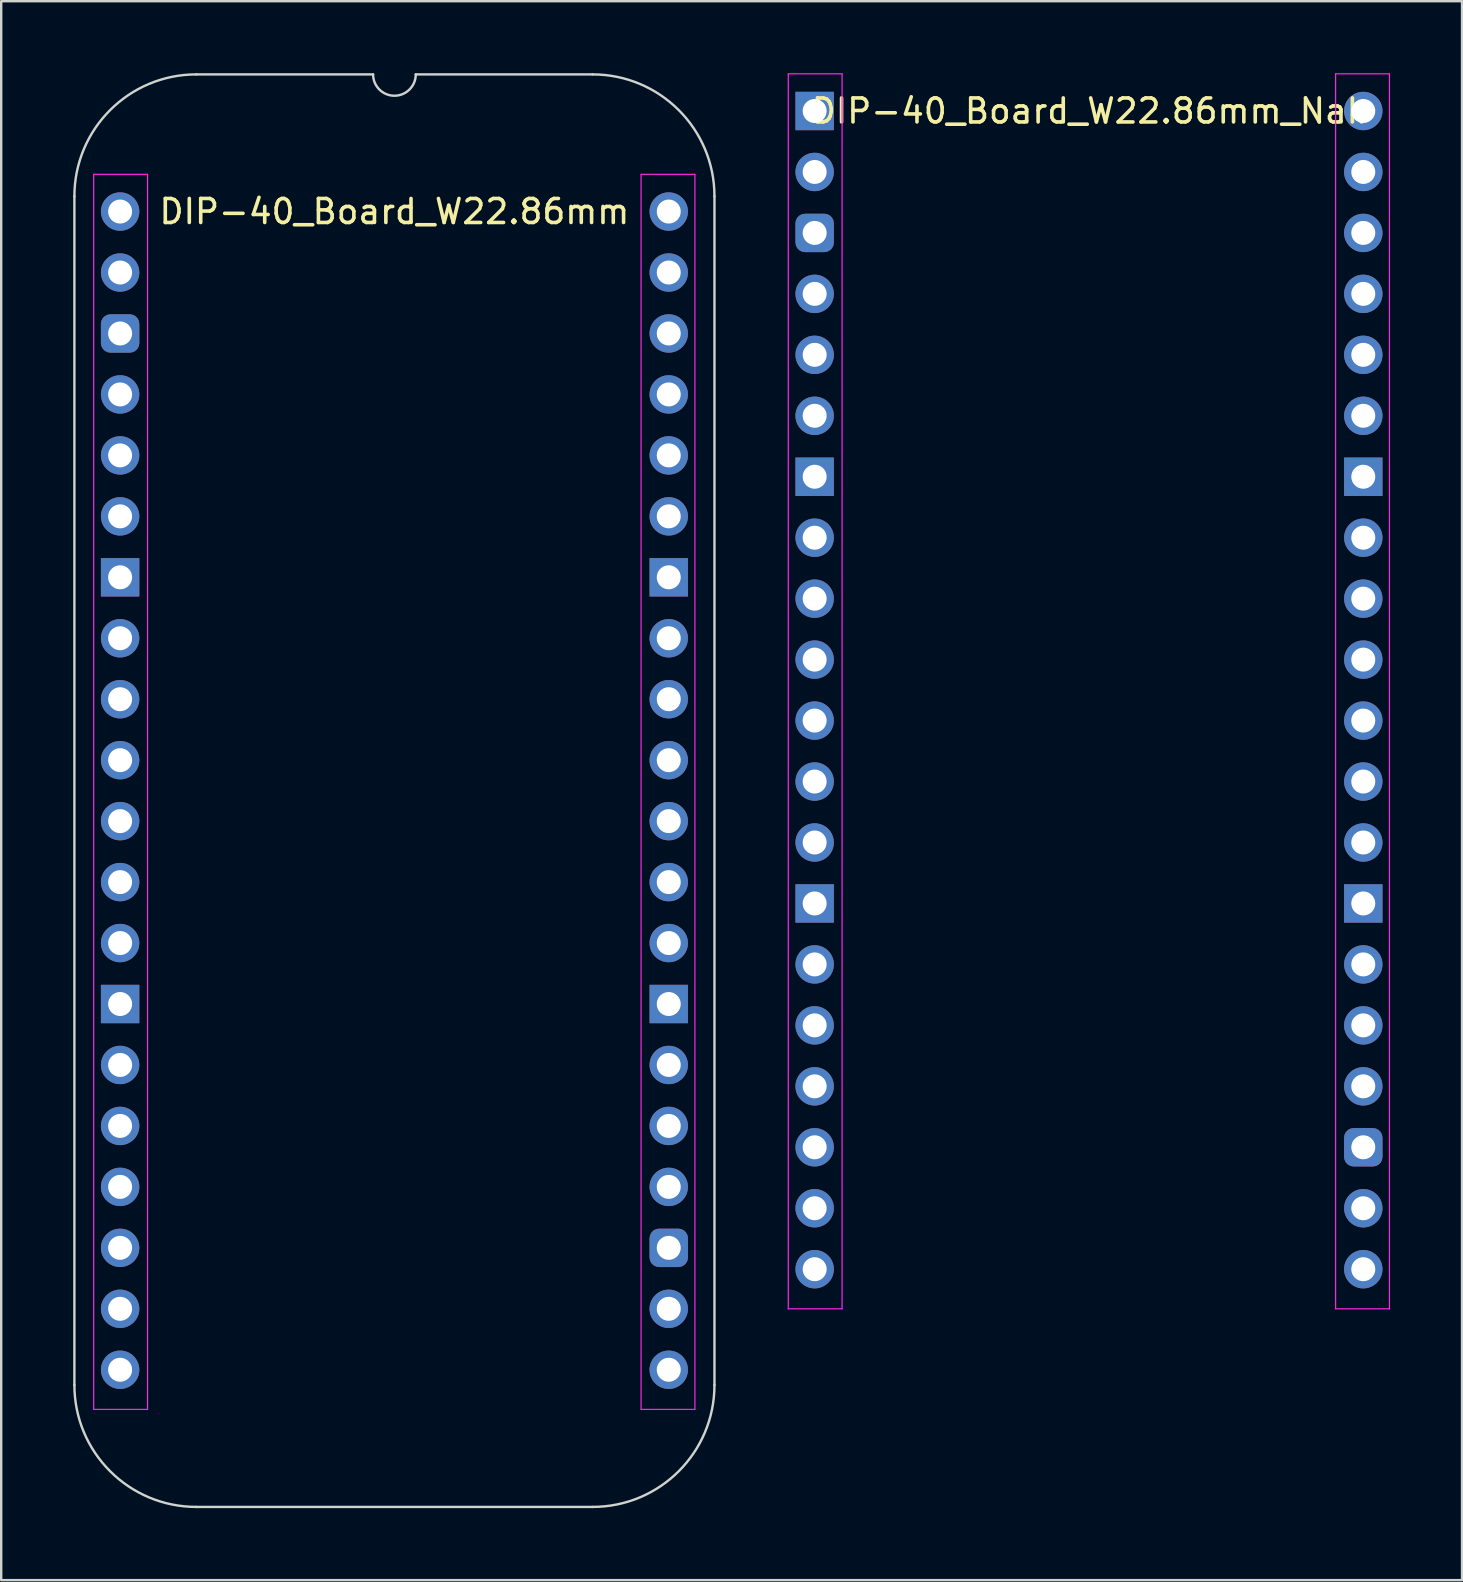
<source format=kicad_pcb>
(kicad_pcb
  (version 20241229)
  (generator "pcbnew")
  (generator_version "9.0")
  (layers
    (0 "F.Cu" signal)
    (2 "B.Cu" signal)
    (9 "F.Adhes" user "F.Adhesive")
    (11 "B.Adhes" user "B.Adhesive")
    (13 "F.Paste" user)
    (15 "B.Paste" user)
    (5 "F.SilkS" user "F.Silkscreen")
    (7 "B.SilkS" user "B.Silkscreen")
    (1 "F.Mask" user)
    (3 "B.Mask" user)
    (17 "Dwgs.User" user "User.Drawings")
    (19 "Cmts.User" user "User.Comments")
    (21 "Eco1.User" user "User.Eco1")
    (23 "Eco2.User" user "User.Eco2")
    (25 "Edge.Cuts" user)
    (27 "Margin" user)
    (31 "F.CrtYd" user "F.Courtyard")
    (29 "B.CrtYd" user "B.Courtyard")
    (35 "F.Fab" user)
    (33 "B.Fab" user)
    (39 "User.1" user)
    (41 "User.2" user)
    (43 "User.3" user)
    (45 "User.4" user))
  (footprint "DIP-40_Board_W22.86mm_Nak"
    (layer "F.Cu")
    (at 30.895 1.575)
    (property "Reference" "DIP-40_Board_W22.86mm_Nak" (at 11.43 0 0) (layer "F.SilkS") (effects (font (size 1 1) (thickness 0.15))))
    (attr through_hole)
    (fp_line (start -1.1 -1.55) (end -1.1 49.911) (stroke (width 0.05) (type solid)) (layer "F.CrtYd"))
    (fp_line (start -1.1 49.911) (end 1.143 49.911) (stroke (width 0.05) (type solid)) (layer "F.CrtYd"))
    (fp_line (start 1.143 -1.55) (end -1.1 -1.55) (stroke (width 0.05) (type solid)) (layer "F.CrtYd"))
    (fp_line (start 1.143 49.911) (end 1.143 -1.55) (stroke (width 0.05) (type solid)) (layer "F.CrtYd"))
    (fp_line (start 21.707 -1.55) (end 21.707 49.911) (stroke (width 0.05) (type solid)) (layer "F.CrtYd"))
    (fp_line (start 21.707 49.911) (end 23.95 49.911) (stroke (width 0.05) (type solid)) (layer "F.CrtYd"))
    (fp_line (start 23.95 -1.55) (end 21.707 -1.55) (stroke (width 0.05) (type solid)) (layer "F.CrtYd"))
    (fp_line (start 23.95 49.911) (end 23.95 -1.55) (stroke (width 0.05) (type solid)) (layer "F.CrtYd"))
    (pad "1" thru_hole rect (at 0 0) (size 1.6 1.6) (drill 1) (layers "*.Cu" "*.Mask"))
    (pad "2" thru_hole oval (at 0 2.54) (size 1.6 1.6) (drill 1) (layers "*.Cu" "*.Mask"))
    (pad "3" thru_hole roundrect (at 0 5.08) (size 1.6 1.6) (drill 1) (layers "*.Cu" "*.Mask") (roundrect_rratio 0.25))
    (pad "4" thru_hole oval (at 0 7.62) (size 1.6 1.6) (drill 1) (layers "*.Cu" "*.Mask"))
    (pad "5" thru_hole oval (at 0 10.16) (size 1.6 1.6) (drill 1) (layers "*.Cu" "*.Mask"))
    (pad "6" thru_hole oval (at 0 12.7) (size 1.6 1.6) (drill 1) (layers "*.Cu" "*.Mask"))
    (pad "7" thru_hole rect (at 0 15.24) (size 1.6 1.6) (drill 1) (layers "*.Cu" "*.Mask"))
    (pad "8" thru_hole oval (at 0 17.78) (size 1.6 1.6) (drill 1) (layers "*.Cu" "*.Mask"))
    (pad "9" thru_hole oval (at 0 20.32) (size 1.6 1.6) (drill 1) (layers "*.Cu" "*.Mask"))
    (pad "10" thru_hole oval (at 0 22.86) (size 1.6 1.6) (drill 1) (layers "*.Cu" "*.Mask"))
    (pad "11" thru_hole oval (at 0 25.4) (size 1.6 1.6) (drill 1) (layers "*.Cu" "*.Mask"))
    (pad "12" thru_hole oval (at 0 27.94) (size 1.6 1.6) (drill 1) (layers "*.Cu" "*.Mask"))
    (pad "13" thru_hole oval (at 0 30.48) (size 1.6 1.6) (drill 1) (layers "*.Cu" "*.Mask"))
    (pad "14" thru_hole rect (at 0 33.02) (size 1.6 1.6) (drill 1) (layers "*.Cu" "*.Mask"))
    (pad "15" thru_hole oval (at 0 35.56) (size 1.6 1.6) (drill 1) (layers "*.Cu" "*.Mask"))
    (pad "16" thru_hole oval (at 0 38.1) (size 1.6 1.6) (drill 1) (layers "*.Cu" "*.Mask"))
    (pad "17" thru_hole oval (at 0 40.64) (size 1.6 1.6) (drill 1) (layers "*.Cu" "*.Mask"))
    (pad "18" thru_hole oval (at 0 43.18) (size 1.6 1.6) (drill 1) (layers "*.Cu" "*.Mask"))
    (pad "19" thru_hole oval (at 0 45.72) (size 1.6 1.6) (drill 1) (layers "*.Cu" "*.Mask"))
    (pad "20" thru_hole oval (at 0 48.26) (size 1.6 1.6) (drill 1) (layers "*.Cu" "*.Mask"))
    (pad "21" thru_hole oval (at 22.86 48.26) (size 1.6 1.6) (drill 1) (layers "*.Cu" "*.Mask"))
    (pad "22" thru_hole oval (at 22.86 45.72) (size 1.6 1.6) (drill 1) (layers "*.Cu" "*.Mask"))
    (pad "23" thru_hole roundrect (at 22.86 43.18) (size 1.6 1.6) (drill 1) (layers "*.Cu" "*.Mask") (roundrect_rratio 0.25))
    (pad "24" thru_hole oval (at 22.86 40.64) (size 1.6 1.6) (drill 1) (layers "*.Cu" "*.Mask"))
    (pad "25" thru_hole oval (at 22.86 38.1) (size 1.6 1.6) (drill 1) (layers "*.Cu" "*.Mask"))
    (pad "26" thru_hole oval (at 22.86 35.56) (size 1.6 1.6) (drill 1) (layers "*.Cu" "*.Mask"))
    (pad "27" thru_hole rect (at 22.86 33.02) (size 1.6 1.6) (drill 1) (layers "*.Cu" "*.Mask"))
    (pad "28" thru_hole oval (at 22.86 30.48) (size 1.6 1.6) (drill 1) (layers "*.Cu" "*.Mask"))
    (pad "29" thru_hole oval (at 22.86 27.94) (size 1.6 1.6) (drill 1) (layers "*.Cu" "*.Mask"))
    (pad "30" thru_hole oval (at 22.86 25.4) (size 1.6 1.6) (drill 1) (layers "*.Cu" "*.Mask"))
    (pad "31" thru_hole oval (at 22.86 22.86) (size 1.6 1.6) (drill 1) (layers "*.Cu" "*.Mask"))
    (pad "32" thru_hole oval (at 22.86 20.32) (size 1.6 1.6) (drill 1) (layers "*.Cu" "*.Mask"))
    (pad "33" thru_hole oval (at 22.86 17.78) (size 1.6 1.6) (drill 1) (layers "*.Cu" "*.Mask"))
    (pad "34" thru_hole rect (at 22.86 15.24) (size 1.6 1.6) (drill 1) (layers "*.Cu" "*.Mask"))
    (pad "35" thru_hole oval (at 22.86 12.7) (size 1.6 1.6) (drill 1) (layers "*.Cu" "*.Mask"))
    (pad "36" thru_hole oval (at 22.86 10.16) (size 1.6 1.6) (drill 1) (layers "*.Cu" "*.Mask"))
    (pad "37" thru_hole oval (at 22.86 7.62) (size 1.6 1.6) (drill 1) (layers "*.Cu" "*.Mask"))
    (pad "38" thru_hole oval (at 22.86 5.08) (size 1.6 1.6) (drill 1) (layers "*.Cu" "*.Mask"))
    (pad "39" thru_hole oval (at 22.86 2.54) (size 1.6 1.6) (drill 1) (layers "*.Cu" "*.Mask"))
    (pad "40" thru_hole oval (at 22.86 0) (size 1.6 1.6) (drill 1) (layers "*.Cu" "*.Mask")))
  (footprint "DIP-40_Board_W22.86mm"
    (layer "F.Cu")
    (at 1.955 5.765)
    (property "Reference" "DIP-40_Board_W22.86mm" (at 11.43 0 0) (layer "F.SilkS") (effects (font (size 1 1) (thickness 0.15))))
    (attr through_hole)
    (fp_line (start -1.905 -0.635) (end -1.905 48.895) (stroke (width 0.1) (type solid)) (layer "Edge.Cuts"))
    (fp_line (start 10.541 -5.715) (end 3.175 -5.715) (stroke (width 0.1) (type solid)) (layer "Edge.Cuts"))
    (fp_line (start 19.685 -5.715) (end 12.319 -5.715) (stroke (width 0.1) (type solid)) (layer "Edge.Cuts"))
    (fp_line (start 19.685 53.975) (end 3.175 53.975) (stroke (width 0.1) (type solid)) (layer "Edge.Cuts"))
    (fp_line (start 24.765 48.895) (end 24.765 -0.635) (stroke (width 0.1) (type solid)) (layer "Edge.Cuts"))
    (fp_arc (start -1.905 -0.635) (mid -0.417102 -4.227102) (end 3.175 -5.715) (stroke (width 0.1) (type solid)) (layer "Edge.Cuts"))
    (fp_arc (start 3.175 53.975) (mid -0.417102 52.487102) (end -1.905 48.895) (stroke (width 0.1) (type solid)) (layer "Edge.Cuts"))
    (fp_arc (start 12.319 -5.715) (mid 11.43 -4.826) (end 10.541 -5.715) (stroke (width 0.1) (type default)) (layer "Edge.Cuts"))
    (fp_arc (start 19.685 -5.715) (mid 23.277102 -4.227102) (end 24.765 -0.635) (stroke (width 0.1) (type solid)) (layer "Edge.Cuts"))
    (fp_arc (start 24.765 48.895) (mid 23.277102 52.487102) (end 19.685 53.975) (stroke (width 0.1) (type solid)) (layer "Edge.Cuts"))
    (fp_line (start -1.1 -1.55) (end -1.1 49.911) (stroke (width 0.05) (type solid)) (layer "F.CrtYd"))
    (fp_line (start -1.1 49.911) (end 1.143 49.911) (stroke (width 0.05) (type solid)) (layer "F.CrtYd"))
    (fp_line (start 1.143 -1.55) (end -1.1 -1.55) (stroke (width 0.05) (type solid)) (layer "F.CrtYd"))
    (fp_line (start 1.143 49.911) (end 1.143 -1.55) (stroke (width 0.05) (type solid)) (layer "F.CrtYd"))
    (fp_line (start 21.707 -1.55) (end 21.707 49.911) (stroke (width 0.05) (type solid)) (layer "F.CrtYd"))
    (fp_line (start 21.707 49.911) (end 23.95 49.911) (stroke (width 0.05) (type solid)) (layer "F.CrtYd"))
    (fp_line (start 23.95 -1.55) (end 21.707 -1.55) (stroke (width 0.05) (type solid)) (layer "F.CrtYd"))
    (fp_line (start 23.95 49.911) (end 23.95 -1.55) (stroke (width 0.05) (type solid)) (layer "F.CrtYd"))
    (pad "1" thru_hole oval (at 0 0) (size 1.6 1.6) (drill 1) (layers "*.Cu" "*.Mask"))
    (pad "2" thru_hole oval (at 0 2.54) (size 1.6 1.6) (drill 1) (layers "*.Cu" "*.Mask"))
    (pad "3" thru_hole roundrect (at 0 5.08) (size 1.6 1.6) (drill 1) (layers "*.Cu" "*.Mask") (roundrect_rratio 0.25))
    (pad "4" thru_hole oval (at 0 7.62) (size 1.6 1.6) (drill 1) (layers "*.Cu" "*.Mask"))
    (pad "5" thru_hole oval (at 0 10.16) (size 1.6 1.6) (drill 1) (layers "*.Cu" "*.Mask"))
    (pad "6" thru_hole oval (at 0 12.7) (size 1.6 1.6) (drill 1) (layers "*.Cu" "*.Mask"))
    (pad "7" thru_hole rect (at 0 15.24) (size 1.6 1.6) (drill 1) (layers "*.Cu" "*.Mask"))
    (pad "8" thru_hole oval (at 0 17.78) (size 1.6 1.6) (drill 1) (layers "*.Cu" "*.Mask"))
    (pad "9" thru_hole oval (at 0 20.32) (size 1.6 1.6) (drill 1) (layers "*.Cu" "*.Mask"))
    (pad "10" thru_hole oval (at 0 22.86) (size 1.6 1.6) (drill 1) (layers "*.Cu" "*.Mask"))
    (pad "11" thru_hole oval (at 0 25.4) (size 1.6 1.6) (drill 1) (layers "*.Cu" "*.Mask"))
    (pad "12" thru_hole oval (at 0 27.94) (size 1.6 1.6) (drill 1) (layers "*.Cu" "*.Mask"))
    (pad "13" thru_hole oval (at 0 30.48) (size 1.6 1.6) (drill 1) (layers "*.Cu" "*.Mask"))
    (pad "14" thru_hole rect (at 0 33.02) (size 1.6 1.6) (drill 1) (layers "*.Cu" "*.Mask"))
    (pad "15" thru_hole oval (at 0 35.56) (size 1.6 1.6) (drill 1) (layers "*.Cu" "*.Mask"))
    (pad "16" thru_hole oval (at 0 38.1) (size 1.6 1.6) (drill 1) (layers "*.Cu" "*.Mask"))
    (pad "17" thru_hole oval (at 0 40.64) (size 1.6 1.6) (drill 1) (layers "*.Cu" "*.Mask"))
    (pad "18" thru_hole oval (at 0 43.18) (size 1.6 1.6) (drill 1) (layers "*.Cu" "*.Mask"))
    (pad "19" thru_hole oval (at 0 45.72) (size 1.6 1.6) (drill 1) (layers "*.Cu" "*.Mask"))
    (pad "20" thru_hole oval (at 0 48.26) (size 1.6 1.6) (drill 1) (layers "*.Cu" "*.Mask"))
    (pad "21" thru_hole oval (at 22.86 48.26) (size 1.6 1.6) (drill 1) (layers "*.Cu" "*.Mask"))
    (pad "22" thru_hole oval (at 22.86 45.72) (size 1.6 1.6) (drill 1) (layers "*.Cu" "*.Mask"))
    (pad "23" thru_hole roundrect (at 22.86 43.18) (size 1.6 1.6) (drill 1) (layers "*.Cu" "*.Mask") (roundrect_rratio 0.25))
    (pad "24" thru_hole oval (at 22.86 40.64) (size 1.6 1.6) (drill 1) (layers "*.Cu" "*.Mask"))
    (pad "25" thru_hole oval (at 22.86 38.1) (size 1.6 1.6) (drill 1) (layers "*.Cu" "*.Mask"))
    (pad "26" thru_hole oval (at 22.86 35.56) (size 1.6 1.6) (drill 1) (layers "*.Cu" "*.Mask"))
    (pad "27" thru_hole rect (at 22.86 33.02) (size 1.6 1.6) (drill 1) (layers "*.Cu" "*.Mask"))
    (pad "28" thru_hole oval (at 22.86 30.48) (size 1.6 1.6) (drill 1) (layers "*.Cu" "*.Mask"))
    (pad "29" thru_hole oval (at 22.86 27.94) (size 1.6 1.6) (drill 1) (layers "*.Cu" "*.Mask"))
    (pad "30" thru_hole oval (at 22.86 25.4) (size 1.6 1.6) (drill 1) (layers "*.Cu" "*.Mask"))
    (pad "31" thru_hole oval (at 22.86 22.86) (size 1.6 1.6) (drill 1) (layers "*.Cu" "*.Mask"))
    (pad "32" thru_hole oval (at 22.86 20.32) (size 1.6 1.6) (drill 1) (layers "*.Cu" "*.Mask"))
    (pad "33" thru_hole oval (at 22.86 17.78) (size 1.6 1.6) (drill 1) (layers "*.Cu" "*.Mask"))
    (pad "34" thru_hole rect (at 22.86 15.24) (size 1.6 1.6) (drill 1) (layers "*.Cu" "*.Mask"))
    (pad "35" thru_hole oval (at 22.86 12.7) (size 1.6 1.6) (drill 1) (layers "*.Cu" "*.Mask"))
    (pad "36" thru_hole oval (at 22.86 10.16) (size 1.6 1.6) (drill 1) (layers "*.Cu" "*.Mask"))
    (pad "37" thru_hole oval (at 22.86 7.62) (size 1.6 1.6) (drill 1) (layers "*.Cu" "*.Mask"))
    (pad "38" thru_hole oval (at 22.86 5.08) (size 1.6 1.6) (drill 1) (layers "*.Cu" "*.Mask"))
    (pad "39" thru_hole oval (at 22.86 2.54) (size 1.6 1.6) (drill 1) (layers "*.Cu" "*.Mask"))
    (pad "40" thru_hole oval (at 22.86 0) (size 1.6 1.6) (drill 1) (layers "*.Cu" "*.Mask")))
  (gr_rect
    (start -3 -3)
    (end 57.87 62.79)
    (stroke (width 0.1) (type default))
    (fill no)
    (layer "Edge.Cuts")))
</source>
